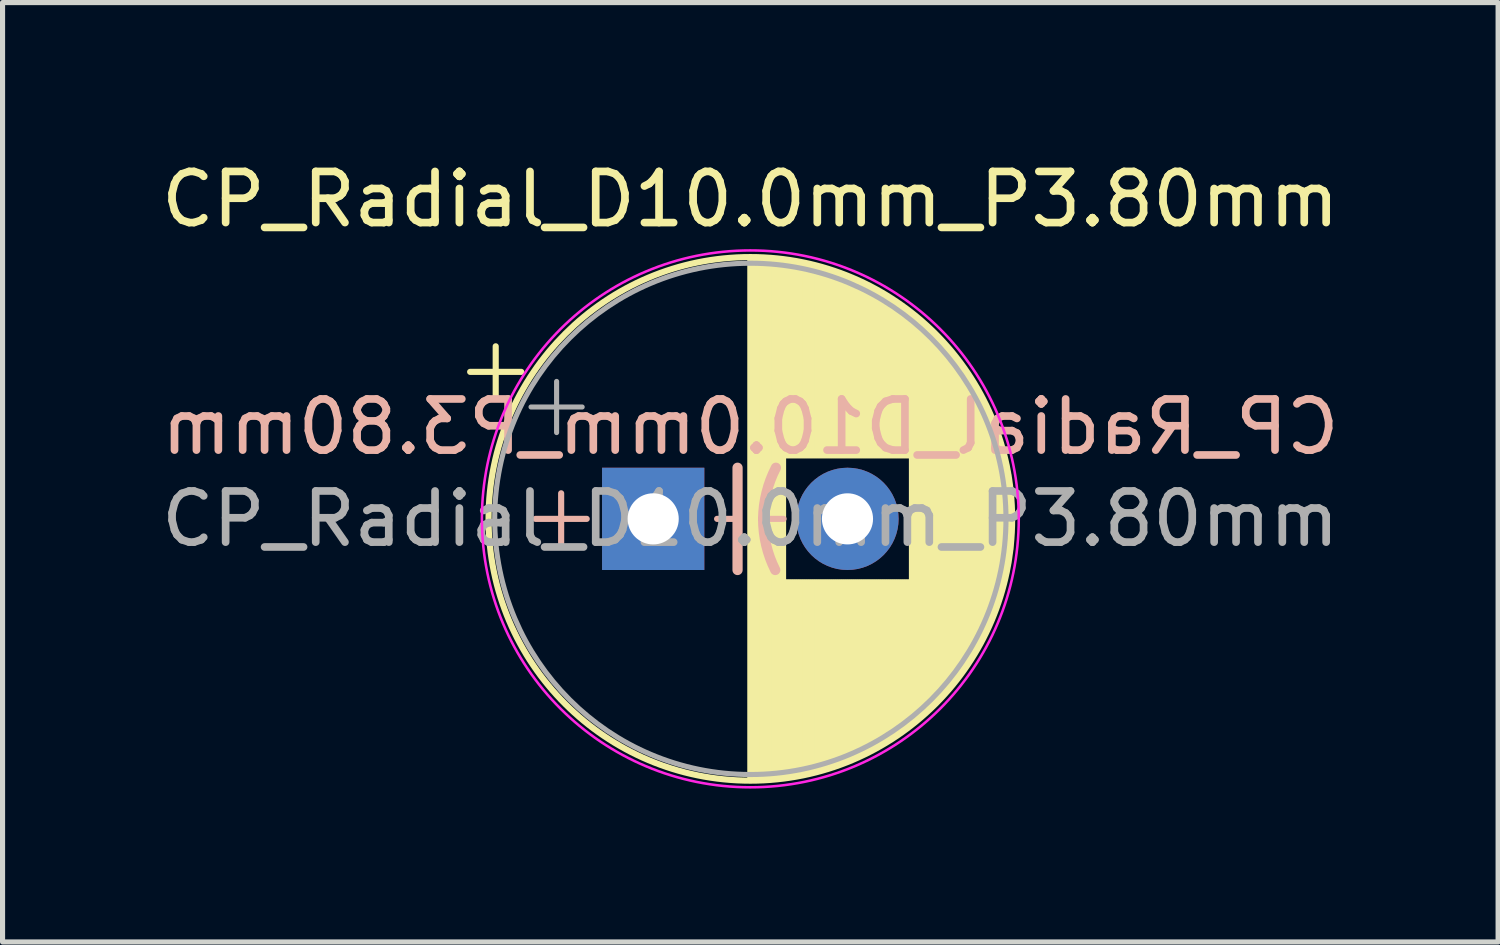
<source format=kicad_pcb>
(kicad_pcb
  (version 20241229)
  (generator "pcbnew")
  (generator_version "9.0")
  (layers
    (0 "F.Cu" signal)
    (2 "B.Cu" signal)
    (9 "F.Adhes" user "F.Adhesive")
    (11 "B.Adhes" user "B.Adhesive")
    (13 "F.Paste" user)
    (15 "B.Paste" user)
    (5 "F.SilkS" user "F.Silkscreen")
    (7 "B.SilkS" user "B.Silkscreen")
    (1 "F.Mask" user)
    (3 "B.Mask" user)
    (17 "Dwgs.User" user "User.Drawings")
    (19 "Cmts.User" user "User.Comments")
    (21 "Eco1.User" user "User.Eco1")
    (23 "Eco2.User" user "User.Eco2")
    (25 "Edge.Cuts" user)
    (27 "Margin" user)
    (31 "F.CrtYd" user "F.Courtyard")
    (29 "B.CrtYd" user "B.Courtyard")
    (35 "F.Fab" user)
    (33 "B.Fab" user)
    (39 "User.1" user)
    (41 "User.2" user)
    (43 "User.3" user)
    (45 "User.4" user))
  (footprint "CP_Radial_D10.0mm_P3.80mm"
    (layer "F.Cu")
    (at 9.725 7.098)
    (property "Reference" "CP_Radial_D10.0mm_P3.80mm" (at 1.9 -6.25 0) (layer "F.SilkS") (effects (font (size 1 1) (thickness 0.15))))
    (fp_line (start -3.58 -2.875) (end -2.58 -2.875) (stroke (width 0.12) (type solid)) (layer "F.SilkS"))
    (fp_line (start -3.08 -3.375) (end -3.08 -2.375) (stroke (width 0.12) (type solid)) (layer "F.SilkS"))
    (fp_line (start 1.9 -5.08) (end 1.9 5.08) (stroke (width 0.12) (type solid)) (layer "F.SilkS"))
    (fp_line (start 1.94 -5.08) (end 1.94 5.08) (stroke (width 0.12) (type solid)) (layer "F.SilkS"))
    (fp_line (start 1.98 -5.08) (end 1.98 5.08) (stroke (width 0.12) (type solid)) (layer "F.SilkS"))
    (fp_line (start 2.02 -5.079) (end 2.02 5.079) (stroke (width 0.12) (type solid)) (layer "F.SilkS"))
    (fp_line (start 2.06 -5.078) (end 2.06 5.078) (stroke (width 0.12) (type solid)) (layer "F.SilkS"))
    (fp_line (start 2.1 -5.077) (end 2.1 5.077) (stroke (width 0.12) (type solid)) (layer "F.SilkS"))
    (fp_line (start 2.14 -5.075) (end 2.14 5.075) (stroke (width 0.12) (type solid)) (layer "F.SilkS"))
    (fp_line (start 2.18 -5.073) (end 2.18 5.073) (stroke (width 0.12) (type solid)) (layer "F.SilkS"))
    (fp_line (start 2.22 -5.07) (end 2.22 5.07) (stroke (width 0.12) (type solid)) (layer "F.SilkS"))
    (fp_line (start 2.26 -5.068) (end 2.26 5.068) (stroke (width 0.12) (type solid)) (layer "F.SilkS"))
    (fp_line (start 2.3 -5.065) (end 2.3 5.065) (stroke (width 0.12) (type solid)) (layer "F.SilkS"))
    (fp_line (start 2.34 -5.062) (end 2.34 5.062) (stroke (width 0.12) (type solid)) (layer "F.SilkS"))
    (fp_line (start 2.38 -5.058) (end 2.38 5.058) (stroke (width 0.12) (type solid)) (layer "F.SilkS"))
    (fp_line (start 2.42 -5.054) (end 2.42 5.054) (stroke (width 0.12) (type solid)) (layer "F.SilkS"))
    (fp_line (start 2.46 -5.05) (end 2.46 5.05) (stroke (width 0.12) (type solid)) (layer "F.SilkS"))
    (fp_line (start 2.5 -5.045) (end 2.5 5.045) (stroke (width 0.12) (type solid)) (layer "F.SilkS"))
    (fp_line (start 2.54 -5.04) (end 2.54 5.04) (stroke (width 0.12) (type solid)) (layer "F.SilkS"))
    (fp_line (start 2.58 -5.035) (end 2.58 -1.241) (stroke (width 0.12) (type solid)) (layer "F.SilkS"))
    (fp_line (start 2.58 1.241) (end 2.58 5.035) (stroke (width 0.12) (type solid)) (layer "F.SilkS"))
    (fp_line (start 2.621 -5.03) (end 2.621 -1.241) (stroke (width 0.12) (type solid)) (layer "F.SilkS"))
    (fp_line (start 2.621 1.241) (end 2.621 5.03) (stroke (width 0.12) (type solid)) (layer "F.SilkS"))
    (fp_line (start 2.661 -5.024) (end 2.661 -1.241) (stroke (width 0.12) (type solid)) (layer "F.SilkS"))
    (fp_line (start 2.661 1.241) (end 2.661 5.024) (stroke (width 0.12) (type solid)) (layer "F.SilkS"))
    (fp_line (start 2.701 -5.018) (end 2.701 -1.241) (stroke (width 0.12) (type solid)) (layer "F.SilkS"))
    (fp_line (start 2.701 1.241) (end 2.701 5.018) (stroke (width 0.12) (type solid)) (layer "F.SilkS"))
    (fp_line (start 2.741 -5.011) (end 2.741 -1.241) (stroke (width 0.12) (type solid)) (layer "F.SilkS"))
    (fp_line (start 2.741 1.241) (end 2.741 5.011) (stroke (width 0.12) (type solid)) (layer "F.SilkS"))
    (fp_line (start 2.781 -5.004) (end 2.781 -1.241) (stroke (width 0.12) (type solid)) (layer "F.SilkS"))
    (fp_line (start 2.781 1.241) (end 2.781 5.004) (stroke (width 0.12) (type solid)) (layer "F.SilkS"))
    (fp_line (start 2.821 -4.997) (end 2.821 -1.241) (stroke (width 0.12) (type solid)) (layer "F.SilkS"))
    (fp_line (start 2.821 1.241) (end 2.821 4.997) (stroke (width 0.12) (type solid)) (layer "F.SilkS"))
    (fp_line (start 2.861 -4.99) (end 2.861 -1.241) (stroke (width 0.12) (type solid)) (layer "F.SilkS"))
    (fp_line (start 2.861 1.241) (end 2.861 4.99) (stroke (width 0.12) (type solid)) (layer "F.SilkS"))
    (fp_line (start 2.901 -4.982) (end 2.901 -1.241) (stroke (width 0.12) (type solid)) (layer "F.SilkS"))
    (fp_line (start 2.901 1.241) (end 2.901 4.982) (stroke (width 0.12) (type solid)) (layer "F.SilkS"))
    (fp_line (start 2.941 -4.974) (end 2.941 -1.241) (stroke (width 0.12) (type solid)) (layer "F.SilkS"))
    (fp_line (start 2.941 1.241) (end 2.941 4.974) (stroke (width 0.12) (type solid)) (layer "F.SilkS"))
    (fp_line (start 2.981 -4.965) (end 2.981 -1.241) (stroke (width 0.12) (type solid)) (layer "F.SilkS"))
    (fp_line (start 2.981 1.241) (end 2.981 4.965) (stroke (width 0.12) (type solid)) (layer "F.SilkS"))
    (fp_line (start 3.021 -4.956) (end 3.021 -1.241) (stroke (width 0.12) (type solid)) (layer "F.SilkS"))
    (fp_line (start 3.021 1.241) (end 3.021 4.956) (stroke (width 0.12) (type solid)) (layer "F.SilkS"))
    (fp_line (start 3.061 -4.947) (end 3.061 -1.241) (stroke (width 0.12) (type solid)) (layer "F.SilkS"))
    (fp_line (start 3.061 1.241) (end 3.061 4.947) (stroke (width 0.12) (type solid)) (layer "F.SilkS"))
    (fp_line (start 3.101 -4.938) (end 3.101 -1.241) (stroke (width 0.12) (type solid)) (layer "F.SilkS"))
    (fp_line (start 3.101 1.241) (end 3.101 4.938) (stroke (width 0.12) (type solid)) (layer "F.SilkS"))
    (fp_line (start 3.141 -4.928) (end 3.141 -1.241) (stroke (width 0.12) (type solid)) (layer "F.SilkS"))
    (fp_line (start 3.141 1.241) (end 3.141 4.928) (stroke (width 0.12) (type solid)) (layer "F.SilkS"))
    (fp_line (start 3.181 -4.918) (end 3.181 -1.241) (stroke (width 0.12) (type solid)) (layer "F.SilkS"))
    (fp_line (start 3.181 1.241) (end 3.181 4.918) (stroke (width 0.12) (type solid)) (layer "F.SilkS"))
    (fp_line (start 3.221 -4.907) (end 3.221 -1.241) (stroke (width 0.12) (type solid)) (layer "F.SilkS"))
    (fp_line (start 3.221 1.241) (end 3.221 4.907) (stroke (width 0.12) (type solid)) (layer "F.SilkS"))
    (fp_line (start 3.261 -4.897) (end 3.261 -1.241) (stroke (width 0.12) (type solid)) (layer "F.SilkS"))
    (fp_line (start 3.261 1.241) (end 3.261 4.897) (stroke (width 0.12) (type solid)) (layer "F.SilkS"))
    (fp_line (start 3.301 -4.885) (end 3.301 -1.241) (stroke (width 0.12) (type solid)) (layer "F.SilkS"))
    (fp_line (start 3.301 1.241) (end 3.301 4.885) (stroke (width 0.12) (type solid)) (layer "F.SilkS"))
    (fp_line (start 3.341 -4.874) (end 3.341 -1.241) (stroke (width 0.12) (type solid)) (layer "F.SilkS"))
    (fp_line (start 3.341 1.241) (end 3.341 4.874) (stroke (width 0.12) (type solid)) (layer "F.SilkS"))
    (fp_line (start 3.381 -4.862) (end 3.381 -1.241) (stroke (width 0.12) (type solid)) (layer "F.SilkS"))
    (fp_line (start 3.381 1.241) (end 3.381 4.862) (stroke (width 0.12) (type solid)) (layer "F.SilkS"))
    (fp_line (start 3.421 -4.85) (end 3.421 -1.241) (stroke (width 0.12) (type solid)) (layer "F.SilkS"))
    (fp_line (start 3.421 1.241) (end 3.421 4.85) (stroke (width 0.12) (type solid)) (layer "F.SilkS"))
    (fp_line (start 3.461 -4.837) (end 3.461 -1.241) (stroke (width 0.12) (type solid)) (layer "F.SilkS"))
    (fp_line (start 3.461 1.241) (end 3.461 4.837) (stroke (width 0.12) (type solid)) (layer "F.SilkS"))
    (fp_line (start 3.501 -4.824) (end 3.501 -1.241) (stroke (width 0.12) (type solid)) (layer "F.SilkS"))
    (fp_line (start 3.501 1.241) (end 3.501 4.824) (stroke (width 0.12) (type solid)) (layer "F.SilkS"))
    (fp_line (start 3.541 -4.811) (end 3.541 -1.241) (stroke (width 0.12) (type solid)) (layer "F.SilkS"))
    (fp_line (start 3.541 1.241) (end 3.541 4.811) (stroke (width 0.12) (type solid)) (layer "F.SilkS"))
    (fp_line (start 3.581 -4.797) (end 3.581 -1.241) (stroke (width 0.12) (type solid)) (layer "F.SilkS"))
    (fp_line (start 3.581 1.241) (end 3.581 4.797) (stroke (width 0.12) (type solid)) (layer "F.SilkS"))
    (fp_line (start 3.621 -4.783) (end 3.621 -1.241) (stroke (width 0.12) (type solid)) (layer "F.SilkS"))
    (fp_line (start 3.621 1.241) (end 3.621 4.783) (stroke (width 0.12) (type solid)) (layer "F.SilkS"))
    (fp_line (start 3.661 -4.768) (end 3.661 -1.241) (stroke (width 0.12) (type solid)) (layer "F.SilkS"))
    (fp_line (start 3.661 1.241) (end 3.661 4.768) (stroke (width 0.12) (type solid)) (layer "F.SilkS"))
    (fp_line (start 3.701 -4.754) (end 3.701 -1.241) (stroke (width 0.12) (type solid)) (layer "F.SilkS"))
    (fp_line (start 3.701 1.241) (end 3.701 4.754) (stroke (width 0.12) (type solid)) (layer "F.SilkS"))
    (fp_line (start 3.741 -4.738) (end 3.741 -1.241) (stroke (width 0.12) (type solid)) (layer "F.SilkS"))
    (fp_line (start 3.741 1.241) (end 3.741 4.738) (stroke (width 0.12) (type solid)) (layer "F.SilkS"))
    (fp_line (start 3.781 -4.723) (end 3.781 -1.241) (stroke (width 0.12) (type solid)) (layer "F.SilkS"))
    (fp_line (start 3.781 1.241) (end 3.781 4.723) (stroke (width 0.12) (type solid)) (layer "F.SilkS"))
    (fp_line (start 3.821 -4.707) (end 3.821 -1.241) (stroke (width 0.12) (type solid)) (layer "F.SilkS"))
    (fp_line (start 3.821 1.241) (end 3.821 4.707) (stroke (width 0.12) (type solid)) (layer "F.SilkS"))
    (fp_line (start 3.861 -4.69) (end 3.861 -1.241) (stroke (width 0.12) (type solid)) (layer "F.SilkS"))
    (fp_line (start 3.861 1.241) (end 3.861 4.69) (stroke (width 0.12) (type solid)) (layer "F.SilkS"))
    (fp_line (start 3.901 -4.674) (end 3.901 -1.241) (stroke (width 0.12) (type solid)) (layer "F.SilkS"))
    (fp_line (start 3.901 1.241) (end 3.901 4.674) (stroke (width 0.12) (type solid)) (layer "F.SilkS"))
    (fp_line (start 3.941 -4.657) (end 3.941 -1.241) (stroke (width 0.12) (type solid)) (layer "F.SilkS"))
    (fp_line (start 3.941 1.241) (end 3.941 4.657) (stroke (width 0.12) (type solid)) (layer "F.SilkS"))
    (fp_line (start 3.981 -4.639) (end 3.981 -1.241) (stroke (width 0.12) (type solid)) (layer "F.SilkS"))
    (fp_line (start 3.981 1.241) (end 3.981 4.639) (stroke (width 0.12) (type solid)) (layer "F.SilkS"))
    (fp_line (start 4.021 -4.621) (end 4.021 -1.241) (stroke (width 0.12) (type solid)) (layer "F.SilkS"))
    (fp_line (start 4.021 1.241) (end 4.021 4.621) (stroke (width 0.12) (type solid)) (layer "F.SilkS"))
    (fp_line (start 4.061 -4.603) (end 4.061 -1.241) (stroke (width 0.12) (type solid)) (layer "F.SilkS"))
    (fp_line (start 4.061 1.241) (end 4.061 4.603) (stroke (width 0.12) (type solid)) (layer "F.SilkS"))
    (fp_line (start 4.101 -4.584) (end 4.101 -1.241) (stroke (width 0.12) (type solid)) (layer "F.SilkS"))
    (fp_line (start 4.101 1.241) (end 4.101 4.584) (stroke (width 0.12) (type solid)) (layer "F.SilkS"))
    (fp_line (start 4.141 -4.564) (end 4.141 -1.241) (stroke (width 0.12) (type solid)) (layer "F.SilkS"))
    (fp_line (start 4.141 1.241) (end 4.141 4.564) (stroke (width 0.12) (type solid)) (layer "F.SilkS"))
    (fp_line (start 4.181 -4.545) (end 4.181 -1.241) (stroke (width 0.12) (type solid)) (layer "F.SilkS"))
    (fp_line (start 4.181 1.241) (end 4.181 4.545) (stroke (width 0.12) (type solid)) (layer "F.SilkS"))
    (fp_line (start 4.221 -4.525) (end 4.221 -1.241) (stroke (width 0.12) (type solid)) (layer "F.SilkS"))
    (fp_line (start 4.221 1.241) (end 4.221 4.525) (stroke (width 0.12) (type solid)) (layer "F.SilkS"))
    (fp_line (start 4.261 -4.504) (end 4.261 -1.241) (stroke (width 0.12) (type solid)) (layer "F.SilkS"))
    (fp_line (start 4.261 1.241) (end 4.261 4.504) (stroke (width 0.12) (type solid)) (layer "F.SilkS"))
    (fp_line (start 4.301 -4.483) (end 4.301 -1.241) (stroke (width 0.12) (type solid)) (layer "F.SilkS"))
    (fp_line (start 4.301 1.241) (end 4.301 4.483) (stroke (width 0.12) (type solid)) (layer "F.SilkS"))
    (fp_line (start 4.341 -4.462) (end 4.341 -1.241) (stroke (width 0.12) (type solid)) (layer "F.SilkS"))
    (fp_line (start 4.341 1.241) (end 4.341 4.462) (stroke (width 0.12) (type solid)) (layer "F.SilkS"))
    (fp_line (start 4.381 -4.44) (end 4.381 -1.241) (stroke (width 0.12) (type solid)) (layer "F.SilkS"))
    (fp_line (start 4.381 1.241) (end 4.381 4.44) (stroke (width 0.12) (type solid)) (layer "F.SilkS"))
    (fp_line (start 4.421 -4.417) (end 4.421 -1.241) (stroke (width 0.12) (type solid)) (layer "F.SilkS"))
    (fp_line (start 4.421 1.241) (end 4.421 4.417) (stroke (width 0.12) (type solid)) (layer "F.SilkS"))
    (fp_line (start 4.461 -4.395) (end 4.461 -1.241) (stroke (width 0.12) (type solid)) (layer "F.SilkS"))
    (fp_line (start 4.461 1.241) (end 4.461 4.395) (stroke (width 0.12) (type solid)) (layer "F.SilkS"))
    (fp_line (start 4.501 -4.371) (end 4.501 -1.241) (stroke (width 0.12) (type solid)) (layer "F.SilkS"))
    (fp_line (start 4.501 1.241) (end 4.501 4.371) (stroke (width 0.12) (type solid)) (layer "F.SilkS"))
    (fp_line (start 4.541 -4.347) (end 4.541 -1.241) (stroke (width 0.12) (type solid)) (layer "F.SilkS"))
    (fp_line (start 4.541 1.241) (end 4.541 4.347) (stroke (width 0.12) (type solid)) (layer "F.SilkS"))
    (fp_line (start 4.581 -4.323) (end 4.581 -1.241) (stroke (width 0.12) (type solid)) (layer "F.SilkS"))
    (fp_line (start 4.581 1.241) (end 4.581 4.323) (stroke (width 0.12) (type solid)) (layer "F.SilkS"))
    (fp_line (start 4.621 -4.298) (end 4.621 -1.241) (stroke (width 0.12) (type solid)) (layer "F.SilkS"))
    (fp_line (start 4.621 1.241) (end 4.621 4.298) (stroke (width 0.12) (type solid)) (layer "F.SilkS"))
    (fp_line (start 4.661 -4.273) (end 4.661 -1.241) (stroke (width 0.12) (type solid)) (layer "F.SilkS"))
    (fp_line (start 4.661 1.241) (end 4.661 4.273) (stroke (width 0.12) (type solid)) (layer "F.SilkS"))
    (fp_line (start 4.701 -4.247) (end 4.701 -1.241) (stroke (width 0.12) (type solid)) (layer "F.SilkS"))
    (fp_line (start 4.701 1.241) (end 4.701 4.247) (stroke (width 0.12) (type solid)) (layer "F.SilkS"))
    (fp_line (start 4.741 -4.221) (end 4.741 -1.241) (stroke (width 0.12) (type solid)) (layer "F.SilkS"))
    (fp_line (start 4.741 1.241) (end 4.741 4.221) (stroke (width 0.12) (type solid)) (layer "F.SilkS"))
    (fp_line (start 4.781 -4.194) (end 4.781 -1.241) (stroke (width 0.12) (type solid)) (layer "F.SilkS"))
    (fp_line (start 4.781 1.241) (end 4.781 4.194) (stroke (width 0.12) (type solid)) (layer "F.SilkS"))
    (fp_line (start 4.821 -4.166) (end 4.821 -1.241) (stroke (width 0.12) (type solid)) (layer "F.SilkS"))
    (fp_line (start 4.821 1.241) (end 4.821 4.166) (stroke (width 0.12) (type solid)) (layer "F.SilkS"))
    (fp_line (start 4.861 -4.138) (end 4.861 -1.241) (stroke (width 0.12) (type solid)) (layer "F.SilkS"))
    (fp_line (start 4.861 1.241) (end 4.861 4.138) (stroke (width 0.12) (type solid)) (layer "F.SilkS"))
    (fp_line (start 4.901 -4.11) (end 4.901 -1.241) (stroke (width 0.12) (type solid)) (layer "F.SilkS"))
    (fp_line (start 4.901 1.241) (end 4.901 4.11) (stroke (width 0.12) (type solid)) (layer "F.SilkS"))
    (fp_line (start 4.941 -4.08) (end 4.941 -1.241) (stroke (width 0.12) (type solid)) (layer "F.SilkS"))
    (fp_line (start 4.941 1.241) (end 4.941 4.08) (stroke (width 0.12) (type solid)) (layer "F.SilkS"))
    (fp_line (start 4.981 -4.05) (end 4.981 -1.241) (stroke (width 0.12) (type solid)) (layer "F.SilkS"))
    (fp_line (start 4.981 1.241) (end 4.981 4.05) (stroke (width 0.12) (type solid)) (layer "F.SilkS"))
    (fp_line (start 5.021 -4.02) (end 5.021 -1.241) (stroke (width 0.12) (type solid)) (layer "F.SilkS"))
    (fp_line (start 5.021 1.241) (end 5.021 4.02) (stroke (width 0.12) (type solid)) (layer "F.SilkS"))
    (fp_line (start 5.061 -3.989) (end 5.061 3.989) (stroke (width 0.12) (type solid)) (layer "F.SilkS"))
    (fp_line (start 5.101 -3.957) (end 5.101 3.957) (stroke (width 0.12) (type solid)) (layer "F.SilkS"))
    (fp_line (start 5.141 -3.925) (end 5.141 3.925) (stroke (width 0.12) (type solid)) (layer "F.SilkS"))
    (fp_line (start 5.181 -3.892) (end 5.181 3.892) (stroke (width 0.12) (type solid)) (layer "F.SilkS"))
    (fp_line (start 5.221 -3.858) (end 5.221 3.858) (stroke (width 0.12) (type solid)) (layer "F.SilkS"))
    (fp_line (start 5.261 -3.824) (end 5.261 3.824) (stroke (width 0.12) (type solid)) (layer "F.SilkS"))
    (fp_line (start 5.301 -3.789) (end 5.301 3.789) (stroke (width 0.12) (type solid)) (layer "F.SilkS"))
    (fp_line (start 5.341 -3.753) (end 5.341 3.753) (stroke (width 0.12) (type solid)) (layer "F.SilkS"))
    (fp_line (start 5.381 -3.716) (end 5.381 3.716) (stroke (width 0.12) (type solid)) (layer "F.SilkS"))
    (fp_line (start 5.421 -3.679) (end 5.421 3.679) (stroke (width 0.12) (type solid)) (layer "F.SilkS"))
    (fp_line (start 5.461 -3.64) (end 5.461 3.64) (stroke (width 0.12) (type solid)) (layer "F.SilkS"))
    (fp_line (start 5.501 -3.601) (end 5.501 3.601) (stroke (width 0.12) (type solid)) (layer "F.SilkS"))
    (fp_line (start 5.541 -3.561) (end 5.541 3.561) (stroke (width 0.12) (type solid)) (layer "F.SilkS"))
    (fp_line (start 5.581 -3.52) (end 5.581 3.52) (stroke (width 0.12) (type solid)) (layer "F.SilkS"))
    (fp_line (start 5.621 -3.478) (end 5.621 3.478) (stroke (width 0.12) (type solid)) (layer "F.SilkS"))
    (fp_line (start 5.661 -3.436) (end 5.661 3.436) (stroke (width 0.12) (type solid)) (layer "F.SilkS"))
    (fp_line (start 5.701 -3.392) (end 5.701 3.392) (stroke (width 0.12) (type solid)) (layer "F.SilkS"))
    (fp_line (start 5.741 -3.347) (end 5.741 3.347) (stroke (width 0.12) (type solid)) (layer "F.SilkS"))
    (fp_line (start 5.781 -3.301) (end 5.781 3.301) (stroke (width 0.12) (type solid)) (layer "F.SilkS"))
    (fp_line (start 5.821 -3.254) (end 5.821 3.254) (stroke (width 0.12) (type solid)) (layer "F.SilkS"))
    (fp_line (start 5.861 -3.206) (end 5.861 3.206) (stroke (width 0.12) (type solid)) (layer "F.SilkS"))
    (fp_line (start 5.901 -3.156) (end 5.901 3.156) (stroke (width 0.12) (type solid)) (layer "F.SilkS"))
    (fp_line (start 5.941 -3.106) (end 5.941 3.106) (stroke (width 0.12) (type solid)) (layer "F.SilkS"))
    (fp_line (start 5.981 -3.054) (end 5.981 3.054) (stroke (width 0.12) (type solid)) (layer "F.SilkS"))
    (fp_line (start 6.021 -3) (end 6.021 3) (stroke (width 0.12) (type solid)) (layer "F.SilkS"))
    (fp_line (start 6.061 -2.945) (end 6.061 2.945) (stroke (width 0.12) (type solid)) (layer "F.SilkS"))
    (fp_line (start 6.101 -2.889) (end 6.101 2.889) (stroke (width 0.12) (type solid)) (layer "F.SilkS"))
    (fp_line (start 6.141 -2.83) (end 6.141 2.83) (stroke (width 0.12) (type solid)) (layer "F.SilkS"))
    (fp_line (start 6.181 -2.77) (end 6.181 2.77) (stroke (width 0.12) (type solid)) (layer "F.SilkS"))
    (fp_line (start 6.221 -2.709) (end 6.221 2.709) (stroke (width 0.12) (type solid)) (layer "F.SilkS"))
    (fp_line (start 6.261 -2.645) (end 6.261 2.645) (stroke (width 0.12) (type solid)) (layer "F.SilkS"))
    (fp_line (start 6.301 -2.579) (end 6.301 2.579) (stroke (width 0.12) (type solid)) (layer "F.SilkS"))
    (fp_line (start 6.341 -2.51) (end 6.341 2.51) (stroke (width 0.12) (type solid)) (layer "F.SilkS"))
    (fp_line (start 6.381 -2.439) (end 6.381 2.439) (stroke (width 0.12) (type solid)) (layer "F.SilkS"))
    (fp_line (start 6.421 -2.365) (end 6.421 2.365) (stroke (width 0.12) (type solid)) (layer "F.SilkS"))
    (fp_line (start 6.461 -2.289) (end 6.461 2.289) (stroke (width 0.12) (type solid)) (layer "F.SilkS"))
    (fp_line (start 6.501 -2.209) (end 6.501 2.209) (stroke (width 0.12) (type solid)) (layer "F.SilkS"))
    (fp_line (start 6.541 -2.125) (end 6.541 2.125) (stroke (width 0.12) (type solid)) (layer "F.SilkS"))
    (fp_line (start 6.581 -2.037) (end 6.581 2.037) (stroke (width 0.12) (type solid)) (layer "F.SilkS"))
    (fp_line (start 6.621 -1.944) (end 6.621 1.944) (stroke (width 0.12) (type solid)) (layer "F.SilkS"))
    (fp_line (start 6.661 -1.846) (end 6.661 1.846) (stroke (width 0.12) (type solid)) (layer "F.SilkS"))
    (fp_line (start 6.701 -1.742) (end 6.701 1.742) (stroke (width 0.12) (type solid)) (layer "F.SilkS"))
    (fp_line (start 6.741 -1.63) (end 6.741 1.63) (stroke (width 0.12) (type solid)) (layer "F.SilkS"))
    (fp_line (start 6.781 -1.51) (end 6.781 1.51) (stroke (width 0.12) (type solid)) (layer "F.SilkS"))
    (fp_line (start 6.821 -1.378) (end 6.821 1.378) (stroke (width 0.12) (type solid)) (layer "F.SilkS"))
    (fp_line (start 6.861 -1.23) (end 6.861 1.23) (stroke (width 0.12) (type solid)) (layer "F.SilkS"))
    (fp_line (start 6.901 -1.062) (end 6.901 1.062) (stroke (width 0.12) (type solid)) (layer "F.SilkS"))
    (fp_line (start 6.941 -0.862) (end 6.941 0.862) (stroke (width 0.12) (type solid)) (layer "F.SilkS"))
    (fp_line (start 6.981 -0.599) (end 6.981 0.599) (stroke (width 0.12) (type solid)) (layer "F.SilkS"))
    (fp_circle (center 1.9 0) (end 7.02 0) (stroke (width 0.12) (type solid)) (fill no) (layer "F.SilkS"))
    (fp_line (start -1.8 -0.5) (end -1.8 0.5) (stroke (width 0.12) (type solid)) (layer "B.SilkS"))
    (fp_line (start -1.3 0) (end -2.3 0) (stroke (width 0.12) (type solid)) (layer "B.SilkS"))
    (fp_line (start 1.25 0) (end 1.65 0) (stroke (width 0.12) (type solid)) (layer "B.SilkS"))
    (fp_line (start 1.65 1) (end 1.65 -1) (stroke (width 0.2) (type solid)) (layer "B.SilkS"))
    (fp_line (start 2.55 0) (end 2.15 0) (stroke (width 0.12) (type solid)) (layer "B.SilkS"))
    (fp_arc (start 2.15 0) (mid 2.216707 -0.514573) (end 2.4 -1) (stroke (width 0.2) (type solid)) (layer "B.SilkS"))
    (fp_arc (start 2.387539 1) (mid 2.210247 0.513901) (end 2.15 0) (stroke (width 0.2) (type solid)) (layer "B.SilkS"))
    (fp_circle (center 1.9 0) (end 7.15 0) (stroke (width 0.05) (type solid)) (fill no) (layer "F.CrtYd"))
    (fp_line (start -2.389 -2.188) (end -1.389 -2.188) (stroke (width 0.1) (type solid)) (layer "F.Fab"))
    (fp_line (start -1.889 -2.688) (end -1.889 -1.688) (stroke (width 0.1) (type solid)) (layer "F.Fab"))
    (fp_circle (center 1.9 0) (end 6.9 0) (stroke (width 0.1) (type solid)) (fill no) (layer "F.Fab"))
    (fp_text user "${REFERENCE}" (at 1.9 -1.8 0) (layer "B.SilkS") (effects (font (size 1 1) (thickness 0.15)) (justify mirror)))
    (fp_text user "${REFERENCE}" (at 1.9 0 0) (layer "F.Fab") (effects (font (size 1 1) (thickness 0.15))))
    (pad "1" thru_hole rect (at 0 0) (size 2 2) (drill 1) (layers "*.Cu" "*.Mask"))
    (pad "2" thru_hole circle (at 3.8 0) (size 2 2) (drill 1) (layers "*.Cu" "*.Mask")))
  (gr_rect
    (start -3 -3)
    (end 26.25 15.373)
    (stroke (width 0.1) (type default))
    (fill no)
    (layer "Edge.Cuts")))
</source>
